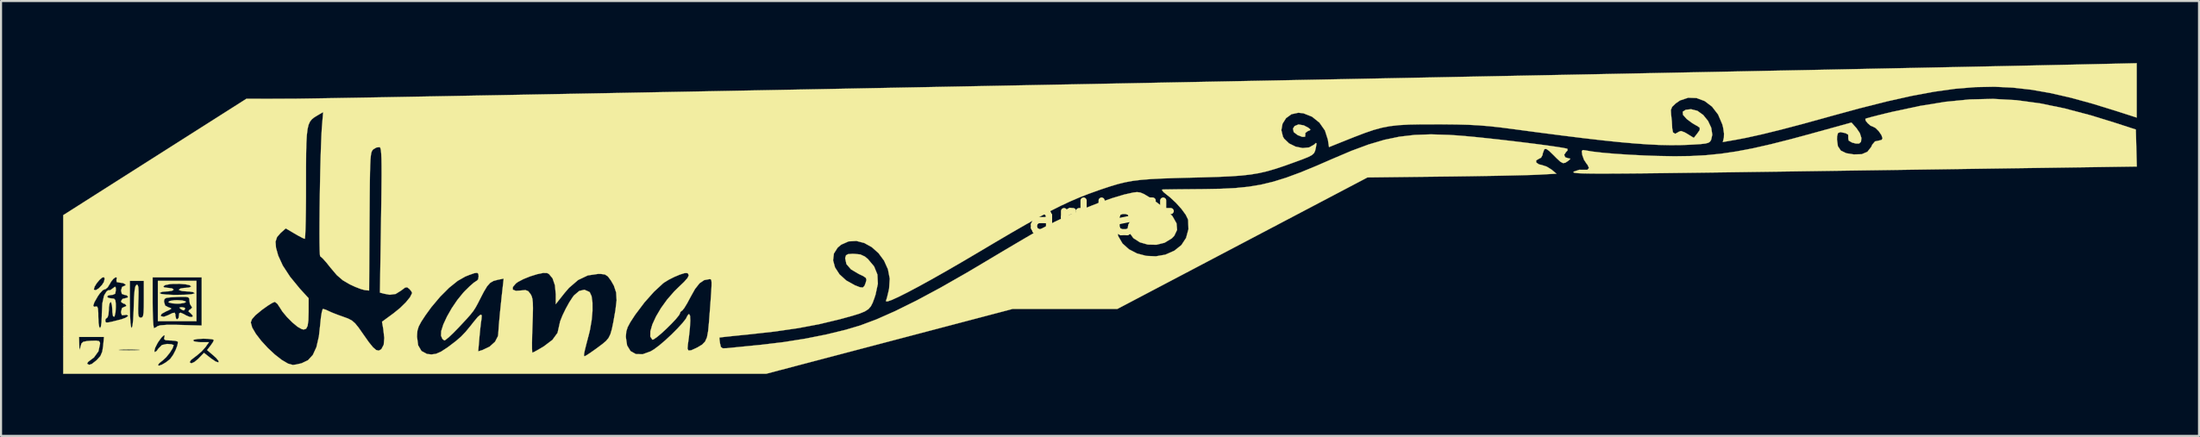
<source format=kicad_pcb>
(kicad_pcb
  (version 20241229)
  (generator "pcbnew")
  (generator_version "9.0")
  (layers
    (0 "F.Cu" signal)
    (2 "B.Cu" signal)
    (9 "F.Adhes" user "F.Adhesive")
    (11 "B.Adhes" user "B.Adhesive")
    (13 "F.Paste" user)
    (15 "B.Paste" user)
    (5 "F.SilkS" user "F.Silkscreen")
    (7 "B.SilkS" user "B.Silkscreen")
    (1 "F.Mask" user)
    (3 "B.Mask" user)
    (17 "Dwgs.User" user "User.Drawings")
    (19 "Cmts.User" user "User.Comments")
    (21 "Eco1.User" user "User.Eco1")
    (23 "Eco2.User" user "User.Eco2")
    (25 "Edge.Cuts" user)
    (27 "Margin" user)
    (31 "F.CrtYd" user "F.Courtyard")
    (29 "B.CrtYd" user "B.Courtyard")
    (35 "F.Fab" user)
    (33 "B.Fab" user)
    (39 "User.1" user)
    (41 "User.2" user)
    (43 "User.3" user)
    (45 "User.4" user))
  (footprint "artleft"
    (layer "F.Cu")
    (at 50.128 7.478)
    (property "Reference" "artleft" (at 0 0 0) (layer "F.SilkS") (effects (font (size 1.524 1.524) (thickness 0.3))))
    (attr through_hole)
    (fp_poly (pts (xy -44.251 4.348) (xy -44.238 4.403) (xy -44.292 4.475) (xy -44.362 4.458) (xy -44.45 4.403) (xy -44.515 4.341) (xy -44.431 4.32) (xy -44.382 4.319) (xy -44.251 4.348)) (stroke (width 0.01) (type solid)) (fill yes) (layer "F.SilkS"))
    (fp_poly (pts (xy -44.378 3.995) (xy -44.225 4.034) (xy -44.196 4.064) (xy -44.272 4.112) (xy -44.467 4.143) (xy -44.619 4.149) (xy -44.861 4.133) (xy -45.014 4.094) (xy -45.043 4.064) (xy -44.967 4.016) (xy -44.772 3.985) (xy -44.619 3.979) (xy -44.378 3.995)) (stroke (width 0.01) (type solid)) (fill yes) (layer "F.SilkS"))
    (fp_poly (pts (xy 9.805 -4.468) (xy 10.019 -4.355) (xy 10.125 -4.27) (xy 10.083 -4.222) (xy 10.002 -4.195) (xy 9.878 -4.102) (xy 9.877 -4.017) (xy 9.865 -3.919) (xy 9.731 -3.913) (xy 9.509 -3.996) (xy 9.317 -4.143) (xy 9.281 -4.311) (xy 9.358 -4.435) (xy 9.548 -4.513) (xy 9.805 -4.468)) (stroke (width 0.01) (type solid)) (fill yes) (layer "F.SilkS"))
    (fp_poly (pts (xy -43.688 4.995) (xy -45.551 4.995) (xy -45.551 4.732) (xy -45.417 4.732) (xy -45.402 4.754) (xy -45.262 4.784) (xy -45.057 4.706) (xy -44.844 4.603) (xy -44.74 4.587) (xy -44.707 4.661) (xy -44.704 4.741) (xy -44.669 4.879) (xy -44.619 4.911) (xy -44.551 4.84) (xy -44.535 4.741) (xy -44.52 4.613) (xy -44.452 4.585) (xy -44.295 4.655) (xy -44.191 4.716) (xy -44.005 4.793) (xy -43.885 4.79) (xy -43.866 4.723) (xy -43.969 4.615) (xy -44.074 4.522) (xy -44.04 4.458) (xy -43.979 4.422) (xy -43.892 4.335) (xy -43.931 4.282) (xy -44.005 4.16) (xy -44.027 4.013) (xy -44.034 3.905) (xy -44.081 3.844) (xy -44.202 3.819) (xy -44.436 3.82) (xy -44.641 3.827) (xy -44.957 3.844) (xy -45.141 3.869) (xy -45.227 3.918) (xy -45.253 4.004) (xy -45.254 4.06) (xy -45.199 4.241) (xy -45.043 4.324) (xy -44.92 4.363) (xy -44.916 4.405) (xy -45.046 4.474) (xy -45.16 4.524) (xy -45.37 4.64) (xy -45.417 4.732) (xy -45.551 4.732) (xy -45.551 3.641) (xy -45.466 3.641) (xy -45.386 3.68) (xy -45.16 3.708) (xy -44.815 3.724) (xy -44.619 3.725) (xy -44.226 3.717) (xy -43.942 3.695) (xy -43.791 3.66) (xy -43.773 3.641) (xy -43.848 3.59) (xy -44.04 3.56) (xy -44.154 3.556) (xy -44.381 3.539) (xy -44.517 3.497) (xy -44.535 3.471) (xy -44.46 3.415) (xy -44.277 3.387) (xy -44.238 3.387) (xy -44.042 3.368) (xy -43.945 3.321) (xy -43.942 3.311) (xy -44.019 3.254) (xy -44.221 3.212) (xy -44.502 3.19) (xy -44.818 3.193) (xy -44.958 3.203) (xy -45.187 3.246) (xy -45.288 3.307) (xy -45.249 3.361) (xy -45.061 3.387) (xy -45.043 3.387) (xy -44.864 3.411) (xy -44.789 3.47) (xy -44.789 3.471) (xy -44.864 3.524) (xy -45.051 3.554) (xy -45.127 3.556) (xy -45.339 3.575) (xy -45.457 3.622) (xy -45.466 3.641) (xy -45.551 3.641) (xy -45.551 3.048) (xy -43.688 3.048) (xy -43.688 4.995)) (stroke (width 0.01) (type solid)) (fill yes) (layer "F.SilkS"))
    (fp_poly (pts (xy 44.222 -5.687) (xy 45.365 -5.533) (xy 46.56 -5.288) (xy 47.839 -4.949) (xy 48.98 -4.597) (xy 49.996 -4.267) (xy 50.02 -3.374) (xy 50.043 -2.48) (xy 45.913 -2.421) (xy 45.03 -2.409) (xy 44.01 -2.395) (xy 42.886 -2.379) (xy 41.693 -2.362) (xy 40.462 -2.344) (xy 39.226 -2.327) (xy 38.019 -2.309) (xy 36.874 -2.293) (xy 36.364 -2.286) (xy 34.578 -2.26) (xy 32.953 -2.237) (xy 31.483 -2.217) (xy 30.159 -2.199) (xy 28.975 -2.183) (xy 27.923 -2.17) (xy 26.995 -2.159) (xy 26.184 -2.15) (xy 25.482 -2.144) (xy 24.882 -2.14) (xy 24.376 -2.138) (xy 23.958 -2.138) (xy 23.618 -2.141) (xy 23.35 -2.146) (xy 23.147 -2.152) (xy 23.001 -2.161) (xy 22.904 -2.172) (xy 22.849 -2.186) (xy 22.828 -2.201) (xy 22.834 -2.218) (xy 22.859 -2.237) (xy 22.86 -2.237) (xy 23.113 -2.323) (xy 23.296 -2.321) (xy 23.504 -2.321) (xy 23.58 -2.41) (xy 23.508 -2.565) (xy 23.469 -2.608) (xy 23.337 -2.808) (xy 23.256 -3.036) (xy 23.231 -3.217) (xy 23.276 -3.276) (xy 23.391 -3.263) (xy 23.738 -3.204) (xy 24.228 -3.147) (xy 24.832 -3.095) (xy 25.524 -3.05) (xy 26.277 -3.012) (xy 26.882 -2.991) (xy 27.72 -2.976) (xy 28.494 -2.987) (xy 29.23 -3.026) (xy 29.957 -3.099) (xy 30.704 -3.209) (xy 31.499 -3.36) (xy 32.37 -3.558) (xy 33.346 -3.805) (xy 34.364 -4.081) (xy 36.259 -4.605) (xy 36.502 -4.333) (xy 36.664 -4.094) (xy 36.739 -3.859) (xy 36.719 -3.674) (xy 36.633 -3.592) (xy 36.477 -3.589) (xy 36.289 -3.637) (xy 36.124 -3.734) (xy 36.101 -3.864) (xy 36.107 -3.884) (xy 36.1 -4.022) (xy 35.965 -4.095) (xy 35.726 -4.142) (xy 35.606 -4.098) (xy 35.564 -3.932) (xy 35.56 -3.781) (xy 35.603 -3.463) (xy 35.745 -3.25) (xy 36.008 -3.123) (xy 36.368 -3.065) (xy 36.755 -3.075) (xy 37.027 -3.19) (xy 37.212 -3.424) (xy 37.261 -3.535) (xy 37.397 -3.694) (xy 37.548 -3.725) (xy 37.713 -3.765) (xy 37.761 -3.841) (xy 37.708 -3.997) (xy 37.58 -4.184) (xy 37.427 -4.339) (xy 37.303 -4.403) (xy 37.183 -4.453) (xy 37.046 -4.57) (xy 36.944 -4.698) (xy 36.93 -4.785) (xy 36.93 -4.785) (xy 37.024 -4.819) (xy 37.253 -4.882) (xy 37.587 -4.967) (xy 37.999 -5.068) (xy 38.235 -5.124) (xy 39.571 -5.409) (xy 40.807 -5.609) (xy 41.974 -5.723) (xy 43.102 -5.749) (xy 44.222 -5.687)) (stroke (width 0.01) (type solid)) (fill yes) (layer "F.SilkS"))
    (fp_poly (pts (xy 50.038 -4.846) (xy 49.001 -5.179) (xy 47.894 -5.52) (xy 46.867 -5.802) (xy 45.899 -6.025) (xy 44.972 -6.189) (xy 44.065 -6.292) (xy 43.16 -6.335) (xy 42.237 -6.317) (xy 41.276 -6.238) (xy 40.258 -6.096) (xy 39.163 -5.893) (xy 37.972 -5.627) (xy 36.666 -5.297) (xy 35.224 -4.904) (xy 35.052 -4.855) (xy 33.892 -4.535) (xy 32.853 -4.262) (xy 31.947 -4.039) (xy 31.183 -3.87) (xy 30.694 -3.776) (xy 30.044 -3.663) (xy 30.096 -3.872) (xy 30.103 -4.072) (xy 30.062 -4.352) (xy 30.021 -4.517) (xy 29.815 -4.996) (xy 29.523 -5.375) (xy 29.168 -5.644) (xy 28.776 -5.79) (xy 28.371 -5.804) (xy 27.978 -5.674) (xy 27.766 -5.528) (xy 27.596 -5.364) (xy 27.535 -5.209) (xy 27.548 -4.978) (xy 27.551 -4.96) (xy 27.583 -4.658) (xy 27.598 -4.372) (xy 27.598 -4.339) (xy 27.638 -4.128) (xy 27.747 -4.061) (xy 27.906 -4.149) (xy 27.917 -4.159) (xy 28.025 -4.197) (xy 28.204 -4.131) (xy 28.327 -4.06) (xy 28.643 -3.865) (xy 28.799 -4.059) (xy 28.928 -4.242) (xy 28.93 -4.355) (xy 28.803 -4.445) (xy 28.763 -4.463) (xy 28.573 -4.575) (xy 28.346 -4.741) (xy 28.295 -4.783) (xy 28.121 -4.978) (xy 28.108 -5.127) (xy 28.251 -5.221) (xy 28.511 -5.249) (xy 28.816 -5.173) (xy 29.099 -4.97) (xy 29.331 -4.683) (xy 29.486 -4.352) (xy 29.536 -4.018) (xy 29.482 -3.774) (xy 29.431 -3.688) (xy 29.349 -3.629) (xy 29.203 -3.59) (xy 28.961 -3.563) (xy 28.59 -3.54) (xy 28.477 -3.534) (xy 28.003 -3.516) (xy 27.51 -3.512) (xy 26.982 -3.523) (xy 26.405 -3.551) (xy 25.763 -3.597) (xy 25.042 -3.661) (xy 24.226 -3.746) (xy 23.301 -3.853) (xy 22.251 -3.983) (xy 21.062 -4.137) (xy 19.918 -4.29) (xy 19.305 -4.369) (xy 18.77 -4.428) (xy 18.267 -4.469) (xy 17.749 -4.497) (xy 17.17 -4.512) (xy 16.485 -4.519) (xy 16.214 -4.519) (xy 15.485 -4.518) (xy 14.891 -4.507) (xy 14.398 -4.48) (xy 13.971 -4.432) (xy 13.576 -4.356) (xy 13.179 -4.248) (xy 12.746 -4.1) (xy 12.241 -3.907) (xy 11.932 -3.784) (xy 11.021 -3.419) (xy 10.967 -3.777) (xy 10.825 -4.221) (xy 10.559 -4.601) (xy 10.202 -4.888) (xy 9.787 -5.052) (xy 9.54 -5.079) (xy 9.208 -5.008) (xy 8.946 -4.818) (xy 8.776 -4.548) (xy 8.719 -4.237) (xy 8.796 -3.923) (xy 8.853 -3.828) (xy 9.095 -3.595) (xy 9.41 -3.44) (xy 9.749 -3.372) (xy 10.064 -3.404) (xy 10.296 -3.534) (xy 10.391 -3.62) (xy 10.418 -3.591) (xy 10.392 -3.425) (xy 10.385 -3.39) (xy 10.35 -3.238) (xy 10.297 -3.126) (xy 10.196 -3.034) (xy 10.02 -2.941) (xy 9.738 -2.828) (xy 9.398 -2.703) (xy 8.89 -2.52) (xy 8.447 -2.372) (xy 8.043 -2.254) (xy 7.65 -2.163) (xy 7.239 -2.094) (xy 6.784 -2.043) (xy 6.256 -2.006) (xy 5.628 -1.978) (xy 4.872 -1.955) (xy 4.445 -1.945) (xy 3.633 -1.924) (xy 2.963 -1.901) (xy 2.411 -1.873) (xy 1.948 -1.836) (xy 1.549 -1.787) (xy 1.187 -1.721) (xy 0.836 -1.636) (xy 0.47 -1.527) (xy 0.062 -1.392) (xy -0.127 -1.327) (xy -0.588 -1.161) (xy -1.029 -0.989) (xy -1.47 -0.8) (xy -1.929 -0.586) (xy -2.425 -0.336) (xy -2.976 -0.041) (xy -3.602 0.309) (xy -4.321 0.723) (xy -5.151 1.211) (xy -5.8 1.597) (xy -6.65 2.099) (xy -7.439 2.556) (xy -8.155 2.962) (xy -8.789 3.311) (xy -9.332 3.599) (xy -9.772 3.82) (xy -10.101 3.969) (xy -10.307 4.041) (xy -10.383 4.03) (xy -10.38 4.014) (xy -10.326 3.838) (xy -10.262 3.573) (xy -10.229 3.419) (xy -10.197 2.941) (xy -10.285 2.486) (xy -10.472 2.07) (xy -10.738 1.709) (xy -11.063 1.419) (xy -11.426 1.217) (xy -11.807 1.118) (xy -12.185 1.139) (xy -12.541 1.296) (xy -12.713 1.439) (xy -12.896 1.727) (xy -12.935 2.055) (xy -12.841 2.398) (xy -12.626 2.73) (xy -12.3 3.027) (xy -11.877 3.262) (xy -11.875 3.263) (xy -11.634 3.356) (xy -11.498 3.368) (xy -11.419 3.289) (xy -11.362 3.144) (xy -11.323 3) (xy -11.351 2.904) (xy -11.477 2.816) (xy -11.696 2.712) (xy -12.07 2.491) (xy -12.29 2.237) (xy -12.35 1.961) (xy -12.347 1.931) (xy -12.31 1.812) (xy -12.214 1.756) (xy -12.011 1.74) (xy -11.917 1.741) (xy -11.619 1.77) (xy -11.398 1.872) (xy -11.25 1.995) (xy -10.952 2.351) (xy -10.794 2.74) (xy -10.772 3.186) (xy -10.884 3.712) (xy -10.939 3.88) (xy -11.023 4.106) (xy -11.111 4.279) (xy -11.229 4.413) (xy -11.402 4.524) (xy -11.656 4.628) (xy -12.016 4.739) (xy -12.508 4.874) (xy -12.658 4.914) (xy -13.604 5.14) (xy -14.622 5.332) (xy -15.747 5.495) (xy -16.976 5.632) (xy -17.448 5.679) (xy -17.857 5.721) (xy -18.174 5.755) (xy -18.372 5.778) (xy -18.426 5.786) (xy -18.423 5.869) (xy -18.399 6.053) (xy -18.397 6.066) (xy -18.356 6.24) (xy -18.268 6.306) (xy -18.077 6.302) (xy -18.047 6.299) (xy -17.856 6.28) (xy -17.535 6.248) (xy -17.119 6.207) (xy -16.648 6.16) (xy -16.383 6.134) (xy -15.334 6.008) (xy -14.279 5.841) (xy -13.263 5.639) (xy -12.332 5.413) (xy -11.626 5.203) (xy -10.84 4.909) (xy -9.929 4.505) (xy -8.896 3.994) (xy -7.745 3.376) (xy -6.478 2.653) (xy -5.757 2.226) (xy -5.165 1.872) (xy -4.587 1.528) (xy -4.049 1.21) (xy -3.576 0.932) (xy -3.192 0.709) (xy -2.922 0.555) (xy -2.874 0.528) (xy -2.236 0.197) (xy -1.541 -0.131) (xy -0.822 -0.44) (xy -0.115 -0.718) (xy 0.547 -0.951) (xy 1.129 -1.125) (xy 1.573 -1.224) (xy 1.748 -1.243) (xy 1.903 -1.224) (xy 2.08 -1.151) (xy 2.32 -1.008) (xy 2.575 -0.84) (xy 3.101 -0.446) (xy 3.461 -0.077) (xy 3.655 0.266) (xy 3.683 0.582) (xy 3.546 0.87) (xy 3.428 0.992) (xy 3.082 1.203) (xy 2.683 1.302) (xy 2.271 1.293) (xy 1.887 1.184) (xy 1.57 0.98) (xy 1.359 0.688) (xy 1.355 0.678) (xy 1.298 0.486) (xy 1.33 0.32) (xy 1.422 0.156) (xy 1.594 -0.114) (xy 1.397 -0.269) (xy 1.241 -0.38) (xy 1.15 -0.423) (xy 1.05 -0.349) (xy 0.939 -0.163) (xy 0.839 0.083) (xy 0.775 0.334) (xy 0.763 0.466) (xy 0.838 0.885) (xy 1.045 1.239) (xy 1.358 1.521) (xy 1.748 1.723) (xy 2.189 1.839) (xy 2.655 1.86) (xy 3.116 1.78) (xy 3.548 1.59) (xy 3.889 1.319) (xy 4.116 0.973) (xy 4.231 0.552) (xy 4.217 0.12) (xy 4.205 0.066) (xy 4.1 -0.149) (xy 3.898 -0.425) (xy 3.634 -0.719) (xy 3.344 -0.99) (xy 3.188 -1.112) (xy 3.02 -1.251) (xy 2.952 -1.344) (xy 2.972 -1.366) (xy 3.088 -1.37) (xy 3.347 -1.374) (xy 3.724 -1.379) (xy 4.193 -1.383) (xy 4.727 -1.388) (xy 4.995 -1.39) (xy 5.796 -1.404) (xy 6.498 -1.439) (xy 7.134 -1.503) (xy 7.735 -1.603) (xy 8.332 -1.747) (xy 8.956 -1.941) (xy 9.641 -2.194) (xy 10.416 -2.513) (xy 11.176 -2.844) (xy 12.105 -3.238) (xy 12.931 -3.544) (xy 13.691 -3.769) (xy 14.421 -3.921) (xy 15.161 -4.007) (xy 15.945 -4.034) (xy 16.812 -4.008) (xy 17.188 -3.984) (xy 17.592 -3.952) (xy 18.086 -3.906) (xy 18.644 -3.848) (xy 19.243 -3.783) (xy 19.858 -3.712) (xy 20.463 -3.639) (xy 21.036 -3.567) (xy 21.55 -3.499) (xy 21.982 -3.437) (xy 22.307 -3.386) (xy 22.5 -3.347) (xy 22.54 -3.333) (xy 22.544 -3.255) (xy 22.471 -3.18) (xy 22.381 -3.045) (xy 22.433 -2.925) (xy 22.59 -2.876) (xy 22.678 -2.861) (xy 22.633 -2.8) (xy 22.569 -2.749) (xy 22.436 -2.661) (xy 22.325 -2.644) (xy 22.196 -2.713) (xy 22.012 -2.883) (xy 21.876 -3.021) (xy 21.658 -3.232) (xy 21.521 -3.328) (xy 21.439 -3.324) (xy 21.415 -3.296) (xy 21.345 -3.106) (xy 21.337 -3.037) (xy 21.265 -2.907) (xy 21.158 -2.852) (xy 21.027 -2.773) (xy 21.036 -2.671) (xy 21.166 -2.583) (xy 21.297 -2.554) (xy 21.532 -2.478) (xy 21.766 -2.335) (xy 21.774 -2.329) (xy 22.007 -2.133) (xy 21.143 -2.085) (xy 20.871 -2.074) (xy 20.453 -2.062) (xy 19.911 -2.049) (xy 19.269 -2.035) (xy 18.549 -2.023) (xy 17.775 -2.01) (xy 16.968 -1.999) (xy 16.578 -1.995) (xy 12.879 -1.952) (xy 6.838 1.225) (xy 0.798 4.403) (xy -4.261 4.403) (xy -10.21 5.969) (xy -16.16 7.535) (xy -50.123 7.535) (xy -50.123 5.757) (xy -49.361 5.757) (xy -49.351 6.117) (xy -49.342 6.326) (xy -49.327 6.377) (xy -49.3 6.283) (xy -49.287 6.223) (xy -49.242 6.074) (xy -49.158 5.994) (xy -48.987 5.958) (xy -48.789 5.943) (xy -48.529 5.936) (xy -48.396 5.96) (xy -48.349 6.029) (xy -48.345 6.086) (xy -48.423 6.451) (xy -48.639 6.75) (xy -48.766 6.844) (xy -48.919 6.96) (xy -48.971 7.046) (xy -48.965 7.056) (xy -48.868 7.106) (xy -48.739 7.061) (xy -48.54 6.905) (xy -48.504 6.874) (xy -48.33 6.683) (xy -48.237 6.466) (xy -48.232 6.432) (xy -45.723 6.432) (xy -45.699 6.493) (xy -45.613 6.437) (xy -45.516 6.307) (xy -45.352 6.147) (xy -45.111 6.096) (xy -45.083 6.096) (xy -44.888 6.112) (xy -44.791 6.152) (xy -44.789 6.16) (xy -44.844 6.313) (xy -44.979 6.526) (xy -45.152 6.739) (xy -45.32 6.895) (xy -45.335 6.905) (xy -45.488 7.028) (xy -45.551 7.124) (xy -45.492 7.147) (xy -45.347 7.093) (xy -45.165 6.987) (xy -45.156 6.98) (xy -44.021 6.98) (xy -43.944 7.026) (xy -43.916 7.027) (xy -43.791 6.97) (xy -43.616 6.828) (xy -43.564 6.776) (xy -43.324 6.526) (xy -42.994 6.787) (xy -42.759 6.946) (xy -42.628 6.989) (xy -42.614 6.927) (xy -42.733 6.776) (xy -42.86 6.66) (xy -43.174 6.392) (xy -43.01 6.181) (xy -42.894 6.014) (xy -42.843 5.907) (xy -42.843 5.905) (xy -42.919 5.872) (xy -43.118 5.849) (xy -43.349 5.842) (xy -43.62 5.855) (xy -43.803 5.888) (xy -43.857 5.927) (xy -43.782 5.977) (xy -43.59 6.007) (xy -43.471 6.011) (xy -43.084 6.011) (xy -43.255 6.252) (xy -43.441 6.46) (xy -43.681 6.664) (xy -43.726 6.696) (xy -43.948 6.868) (xy -44.021 6.98) (xy -45.156 6.98) (xy -44.993 6.853) (xy -44.94 6.8) (xy -44.813 6.621) (xy -44.695 6.394) (xy -44.611 6.174) (xy -44.582 6.016) (xy -44.594 5.98) (xy -44.707 5.945) (xy -44.916 5.927) (xy -44.969 5.927) (xy -45.179 5.912) (xy -45.252 5.859) (xy -45.243 5.8) (xy -45.217 5.68) (xy -45.269 5.68) (xy -45.376 5.783) (xy -45.514 5.971) (xy -45.567 6.054) (xy -45.681 6.277) (xy -45.723 6.432) (xy -48.232 6.432) (xy -48.225 6.385) (xy -47.455 6.385) (xy -47.407 6.395) (xy -47.22 6.402) (xy -46.948 6.404) (xy -46.642 6.401) (xy -46.459 6.394) (xy -46.414 6.384) (xy -46.5 6.373) (xy -46.838 6.36) (xy -47.215 6.365) (xy -47.347 6.372) (xy -47.455 6.385) (xy -48.225 6.385) (xy -48.196 6.197) (xy -48.154 5.757) (xy -49.361 5.757) (xy -50.123 5.757) (xy -50.123 4.253) (xy -48.676 4.253) (xy -48.62 4.304) (xy -48.556 4.287) (xy -48.487 4.288) (xy -48.448 4.379) (xy -48.431 4.59) (xy -48.429 4.786) (xy -48.417 5.073) (xy -48.386 5.269) (xy -48.345 5.334) (xy -48.303 5.255) (xy -48.273 5.038) (xy -48.26 4.716) (xy -48.26 4.652) (xy -48.235 4.138) (xy -48.159 3.786) (xy -48.127 3.713) (xy -48.026 3.555) (xy -47.951 3.502) (xy -47.943 3.506) (xy -47.851 3.495) (xy -47.738 3.416) (xy -47.625 3.329) (xy -47.587 3.375) (xy -47.583 3.501) (xy -47.613 3.668) (xy -47.736 3.723) (xy -47.794 3.725) (xy -47.953 3.754) (xy -48.006 3.81) (xy -47.934 3.874) (xy -47.794 3.895) (xy -47.668 3.909) (xy -47.606 3.979) (xy -47.585 4.151) (xy -47.583 4.313) (xy -47.598 4.566) (xy -47.639 4.741) (xy -47.667 4.784) (xy -47.721 4.744) (xy -47.749 4.559) (xy -47.752 4.45) (xy -47.769 4.221) (xy -47.811 4.083) (xy -47.837 4.064) (xy -47.887 4.14) (xy -47.917 4.331) (xy -47.921 4.445) (xy -47.938 4.672) (xy -47.981 4.809) (xy -48.006 4.826) (xy -48.08 4.895) (xy -48.091 4.962) (xy -48.084 5.028) (xy -48.042 5.059) (xy -47.935 5.055) (xy -47.733 5.012) (xy -47.404 4.928) (xy -47.307 4.903) (xy -47.105 4.829) (xy -46.996 4.751) (xy -46.99 4.732) (xy -47.056 4.684) (xy -47.159 4.699) (xy -47.285 4.709) (xy -47.327 4.602) (xy -47.329 4.535) (xy -47.285 4.361) (xy -47.202 4.318) (xy -47.089 4.272) (xy -47.075 4.233) (xy -47.143 4.158) (xy -47.202 4.149) (xy -47.314 4.081) (xy -47.329 4.022) (xy -47.258 3.918) (xy -47.159 3.895) (xy -47.022 3.859) (xy -46.99 3.81) (xy -47.061 3.741) (xy -47.159 3.725) (xy -47.292 3.676) (xy -47.329 3.514) (xy -47.283 3.342) (xy -47.197 3.302) (xy -47.109 3.261) (xy -47.117 3.217) (xy -47.233 3.153) (xy -47.385 3.133) (xy -47.539 3.105) (xy -47.548 3.048) (xy -46.905 3.048) (xy -46.905 4.191) (xy -46.897 4.707) (xy -46.877 5.069) (xy -46.847 5.276) (xy -46.812 5.326) (xy -46.778 5.215) (xy -46.746 4.941) (xy -46.723 4.502) (xy -46.717 4.304) (xy -46.702 3.838) (xy -46.677 3.52) (xy -46.642 3.328) (xy -46.593 3.243) (xy -46.579 3.236) (xy -46.526 3.249) (xy -46.496 3.348) (xy -46.485 3.559) (xy -46.491 3.908) (xy -46.495 4.012) (xy -46.506 4.39) (xy -46.502 4.63) (xy -46.479 4.762) (xy -46.432 4.817) (xy -46.376 4.826) (xy -46.31 4.809) (xy -46.266 4.739) (xy -46.242 4.585) (xy -46.231 4.32) (xy -46.228 3.937) (xy -46.228 3.048) (xy -46.905 3.048) (xy -47.548 3.048) (xy -47.554 3.01) (xy -47.552 3.006) (xy -47.534 2.886) (xy -47.57 2.879) (xy -45.805 2.879) (xy -45.805 4.106) (xy -45.8 4.54) (xy -45.788 4.907) (xy -45.77 5.177) (xy -45.747 5.319) (xy -45.737 5.334) (xy -45.623 5.281) (xy -45.575 5.24) (xy -45.437 5.196) (xy -45.135 5.173) (xy -44.672 5.172) (xy -44.458 5.177) (xy -43.434 5.207) (xy -43.434 5.06) (xy -41.063 5.06) (xy -40.997 5.302) (xy -40.819 5.607) (xy -40.558 5.946) (xy -40.243 6.289) (xy -39.903 6.606) (xy -39.567 6.868) (xy -39.265 7.046) (xy -39.031 7.111) (xy -38.868 7.089) (xy -38.635 7.036) (xy -38.603 7.027) (xy -38.301 6.883) (xy -38.066 6.627) (xy -37.892 6.247) (xy -37.773 5.729) (xy -37.71 5.16) (xy -37.676 4.825) (xy -37.635 4.567) (xy -37.593 4.421) (xy -37.574 4.403) (xy -37.445 4.44) (xy -37.311 4.502) (xy -37.134 4.582) (xy -36.86 4.689) (xy -36.609 4.778) (xy -36.361 4.869) (xy -36.178 4.965) (xy -36.023 5.1) (xy -35.854 5.309) (xy -35.635 5.622) (xy -35.365 6.005) (xy -35.162 6.255) (xy -35.008 6.388) (xy -34.884 6.419) (xy -34.774 6.361) (xy -34.752 6.34) (xy -34.642 6.133) (xy -34.615 5.805) (xy -34.62 5.758) (xy -33.033 5.758) (xy -32.978 6.164) (xy -32.818 6.437) (xy -32.553 6.58) (xy -32.337 6.604) (xy -32.118 6.574) (xy -31.878 6.471) (xy -31.574 6.273) (xy -31.493 6.214) (xy -31.162 5.962) (xy -30.908 5.743) (xy -30.681 5.505) (xy -30.429 5.199) (xy -30.311 5.047) (xy -30.097 4.79) (xy -29.964 4.679) (xy -29.906 4.711) (xy -29.918 4.885) (xy -29.919 4.889) (xy -29.948 5.086) (xy -29.983 5.391) (xy -30.017 5.741) (xy -30.021 5.788) (xy -30.078 6.453) (xy -29.877 6.392) (xy -29.529 6.228) (xy -29.266 5.992) (xy -29.125 5.72) (xy -29.111 5.626) (xy -29.079 5.171) (xy -29.023 4.561) (xy -28.945 3.81) (xy -28.908 3.479) (xy -28.893 3.348) (xy -28.408 3.348) (xy -28.405 3.472) (xy -28.256 3.529) (xy -28.022 3.513) (xy -27.798 3.492) (xy -27.662 3.544) (xy -27.552 3.681) (xy -27.496 3.786) (xy -27.459 3.917) (xy -27.439 4.105) (xy -27.433 4.378) (xy -27.441 4.765) (xy -27.457 5.212) (xy -27.472 5.661) (xy -27.479 6.043) (xy -27.478 6.33) (xy -27.469 6.493) (xy -27.46 6.519) (xy -27.369 6.478) (xy -27.175 6.371) (xy -26.919 6.22) (xy -26.905 6.211) (xy -26.492 5.898) (xy -26.245 5.559) (xy -26.162 5.191) (xy -26.162 5.189) (xy -26.119 5.001) (xy -26.008 4.722) (xy -25.852 4.399) (xy -25.677 4.082) (xy -25.505 3.819) (xy -25.448 3.747) (xy -25.197 3.534) (xy -24.947 3.476) (xy -24.717 3.576) (xy -24.686 3.604) (xy -24.601 3.787) (xy -24.558 4.097) (xy -24.557 4.497) (xy -24.598 4.949) (xy -24.679 5.418) (xy -24.732 5.638) (xy -24.846 6.071) (xy -24.92 6.366) (xy -24.959 6.549) (xy -24.969 6.647) (xy -24.953 6.684) (xy -24.933 6.689) (xy -24.841 6.641) (xy -24.649 6.515) (xy -24.394 6.335) (xy -24.295 6.262) (xy -24.068 6.092) (xy -23.901 5.95) (xy -23.781 5.806) (xy -23.766 5.774) (xy -22.945 5.774) (xy -22.885 6.169) (xy -22.718 6.442) (xy -22.461 6.586) (xy -22.134 6.593) (xy -21.753 6.456) (xy -21.583 6.355) (xy -21.329 6.165) (xy -21.037 5.916) (xy -20.735 5.635) (xy -20.451 5.35) (xy -20.212 5.089) (xy -20.046 4.879) (xy -19.981 4.75) (xy -19.981 4.747) (xy -19.916 4.661) (xy -19.887 4.657) (xy -19.844 4.736) (xy -19.833 4.962) (xy -19.852 5.314) (xy -19.901 5.772) (xy -19.949 6.117) (xy -19.966 6.322) (xy -19.921 6.415) (xy -19.788 6.402) (xy -19.543 6.291) (xy -19.469 6.253) (xy -19.26 6.127) (xy -19.119 5.982) (xy -19.028 5.78) (xy -18.972 5.483) (xy -18.932 5.073) (xy -18.882 4.423) (xy -18.845 3.922) (xy -18.82 3.551) (xy -18.806 3.291) (xy -18.805 3.121) (xy -18.815 3.023) (xy -18.836 2.977) (xy -18.868 2.964) (xy -18.908 2.963) (xy -19.16 3.01) (xy -19.386 3.163) (xy -19.606 3.443) (xy -19.821 3.827) (xy -19.979 4.123) (xy -20.117 4.351) (xy -20.214 4.475) (xy -20.236 4.487) (xy -20.314 4.554) (xy -20.32 4.595) (xy -20.377 4.706) (xy -20.527 4.891) (xy -20.74 5.118) (xy -20.985 5.36) (xy -21.231 5.587) (xy -21.449 5.768) (xy -21.606 5.876) (xy -21.666 5.89) (xy -21.765 5.736) (xy -21.76 5.483) (xy -21.665 5.153) (xy -21.49 4.772) (xy -21.249 4.364) (xy -20.952 3.952) (xy -20.612 3.561) (xy -20.416 3.368) (xy -20.133 3.097) (xy -19.968 2.91) (xy -19.907 2.785) (xy -19.938 2.7) (xy -19.979 2.669) (xy -20.103 2.671) (xy -20.326 2.74) (xy -20.598 2.853) (xy -20.873 2.991) (xy -21.102 3.133) (xy -21.149 3.168) (xy -21.589 3.575) (xy -22.048 4.091) (xy -22.482 4.667) (xy -22.524 4.728) (xy -22.734 5.051) (xy -22.86 5.289) (xy -22.924 5.492) (xy -22.944 5.711) (xy -22.945 5.774) (xy -23.766 5.774) (xy -23.693 5.627) (xy -23.621 5.381) (xy -23.55 5.038) (xy -23.467 4.566) (xy -23.449 4.461) (xy -23.392 3.985) (xy -23.414 3.608) (xy -23.524 3.277) (xy -23.667 3.028) (xy -23.813 2.832) (xy -23.954 2.739) (xy -24.163 2.711) (xy -24.279 2.71) (xy -24.785 2.784) (xy -25.251 3.005) (xy -25.692 3.385) (xy -25.903 3.63) (xy -26.331 4.17) (xy -26.331 3.69) (xy -26.372 3.258) (xy -26.486 2.923) (xy -26.662 2.713) (xy -26.756 2.667) (xy -26.944 2.665) (xy -27.23 2.724) (xy -27.562 2.827) (xy -27.887 2.957) (xy -28.153 3.096) (xy -28.255 3.17) (xy -28.408 3.348) (xy -28.893 3.348) (xy -28.847 2.937) (xy -29.126 2.993) (xy -29.338 3.05) (xy -29.501 3.144) (xy -29.646 3.307) (xy -29.805 3.571) (xy -29.943 3.837) (xy -30.085 4.116) (xy -30.199 4.326) (xy -30.312 4.501) (xy -30.451 4.678) (xy -30.642 4.894) (xy -30.914 5.186) (xy -31.023 5.302) (xy -31.28 5.565) (xy -31.501 5.774) (xy -31.659 5.9) (xy -31.713 5.927) (xy -31.806 5.854) (xy -31.874 5.697) (xy -31.864 5.472) (xy -31.762 5.152) (xy -31.586 4.773) (xy -31.356 4.369) (xy -31.088 3.974) (xy -30.802 3.622) (xy -30.726 3.541) (xy -30.492 3.311) (xy -30.295 3.139) (xy -30.169 3.053) (xy -30.152 3.048) (xy -30.081 2.975) (xy -30.057 2.831) (xy -30.069 2.71) (xy -30.128 2.658) (xy -30.263 2.674) (xy -30.505 2.759) (xy -30.701 2.837) (xy -31.07 3.047) (xy -31.485 3.381) (xy -31.919 3.815) (xy -32.345 4.322) (xy -32.626 4.71) (xy -32.832 5.024) (xy -32.954 5.255) (xy -33.015 5.456) (xy -33.033 5.677) (xy -33.033 5.758) (xy -34.62 5.758) (xy -34.664 5.369) (xy -34.724 5.023) (xy -34.166 4.613) (xy -33.847 4.354) (xy -33.574 4.086) (xy -33.374 3.841) (xy -33.278 3.651) (xy -33.274 3.616) (xy -33.327 3.525) (xy -33.408 3.434) (xy -33.509 3.357) (xy -33.611 3.373) (xy -33.773 3.493) (xy -33.796 3.512) (xy -34.064 3.679) (xy -34.351 3.718) (xy -34.621 3.668) (xy -34.825 3.614) (xy -34.771 0.122) (xy -34.758 -0.753) (xy -34.75 -1.473) (xy -34.745 -2.053) (xy -34.746 -2.508) (xy -34.751 -2.852) (xy -34.762 -3.099) (xy -34.778 -3.265) (xy -34.799 -3.364) (xy -34.827 -3.41) (xy -34.838 -3.416) (xy -34.988 -3.402) (xy -35.133 -3.319) (xy -35.177 -3.278) (xy -35.213 -3.223) (xy -35.242 -3.139) (xy -35.264 -3.008) (xy -35.282 -2.816) (xy -35.295 -2.545) (xy -35.305 -2.179) (xy -35.313 -1.702) (xy -35.319 -1.098) (xy -35.324 -0.35) (xy -35.328 0.169) (xy -35.348 3.514) (xy -35.56 3.492) (xy -35.745 3.443) (xy -36.016 3.338) (xy -36.28 3.216) (xy -36.62 3.017) (xy -36.908 2.769) (xy -37.204 2.42) (xy -37.21 2.413) (xy -37.414 2.158) (xy -37.585 1.966) (xy -37.694 1.869) (xy -37.71 1.863) (xy -37.725 1.782) (xy -37.736 1.554) (xy -37.743 1.201) (xy -37.745 0.745) (xy -37.743 0.209) (xy -37.738 -0.385) (xy -37.73 -1.016) (xy -37.719 -1.66) (xy -37.706 -2.297) (xy -37.69 -2.902) (xy -37.672 -3.456) (xy -37.653 -3.934) (xy -37.633 -4.316) (xy -37.62 -4.481) (xy -37.567 -5.11) (xy -37.855 -4.943) (xy -37.998 -4.855) (xy -38.113 -4.763) (xy -38.204 -4.649) (xy -38.273 -4.494) (xy -38.323 -4.281) (xy -38.357 -3.991) (xy -38.379 -3.605) (xy -38.39 -3.107) (xy -38.395 -2.477) (xy -38.396 -1.697) (xy -38.396 -1.63) (xy -38.397 -0.98) (xy -38.402 -0.388) (xy -38.41 0.126) (xy -38.421 0.541) (xy -38.434 0.838) (xy -38.448 0.996) (xy -38.455 1.016) (xy -38.556 0.976) (xy -38.753 0.873) (xy -38.945 0.763) (xy -39.374 0.51) (xy -39.626 0.735) (xy -39.796 0.931) (xy -39.868 1.154) (xy -39.846 1.444) (xy -39.739 1.826) (xy -39.519 2.307) (xy -39.166 2.847) (xy -38.696 3.421) (xy -38.634 3.489) (xy -38.269 3.887) (xy -38.271 4.547) (xy -38.282 4.958) (xy -38.319 5.223) (xy -38.391 5.362) (xy -38.506 5.398) (xy -38.604 5.378) (xy -38.802 5.266) (xy -39.053 5.058) (xy -39.311 4.8) (xy -39.533 4.534) (xy -39.658 4.339) (xy -39.778 4.158) (xy -39.894 4.066) (xy -39.91 4.064) (xy -40.027 4.113) (xy -40.235 4.242) (xy -40.493 4.425) (xy -40.543 4.463) (xy -40.841 4.71) (xy -41.008 4.9) (xy -41.063 5.053) (xy -41.063 5.06) (xy -43.434 5.06) (xy -43.434 4.043) (xy -43.434 2.879) (xy -45.805 2.879) (xy -47.57 2.879) (xy -47.595 2.873) (xy -47.7 2.948) (xy -47.815 3.09) (xy -47.865 3.181) (xy -47.979 3.365) (xy -48.087 3.45) (xy -48.112 3.45) (xy -48.212 3.496) (xy -48.355 3.651) (xy -48.449 3.785) (xy -48.619 4.08) (xy -48.676 4.253) (xy -50.123 4.253) (xy -50.123 3.46) (xy -48.644 3.46) (xy -48.637 3.478) (xy -48.546 3.495) (xy -48.403 3.405) (xy -48.249 3.242) (xy -48.16 3.103) (xy -48.121 2.943) (xy -48.148 2.872) (xy -48.237 2.884) (xy -48.369 2.997) (xy -48.507 3.162) (xy -48.611 3.332) (xy -48.644 3.46) (xy -50.123 3.46) (xy -50.123 -0.129) (xy -45.699 -2.942) (xy -41.275 -5.754) (xy -39.074 -5.756) (xy -38.868 -5.758) (xy -38.499 -5.763) (xy -37.974 -5.771) (xy -37.298 -5.782) (xy -36.478 -5.796) (xy -35.52 -5.812) (xy -34.43 -5.831) (xy -33.215 -5.853) (xy -31.881 -5.877) (xy -30.435 -5.904) (xy -28.882 -5.932) (xy -27.228 -5.963) (xy -25.481 -5.995) (xy -23.646 -6.029) (xy -21.73 -6.065) (xy -19.739 -6.102) (xy -17.679 -6.141) (xy -15.557 -6.181) (xy -13.378 -6.222) (xy -11.15 -6.265) (xy -8.878 -6.308) (xy -6.568 -6.352) (xy -4.228 -6.397) (xy -1.863 -6.442) (xy 0.521 -6.488) (xy 2.917 -6.534) (xy 5.319 -6.58) (xy 7.72 -6.626) (xy 10.115 -6.672) (xy 12.497 -6.718) (xy 14.859 -6.764) (xy 17.197 -6.81) (xy 19.502 -6.855) (xy 21.769 -6.899) (xy 23.992 -6.942) (xy 26.164 -6.985) (xy 28.279 -7.027) (xy 30.331 -7.067) (xy 32.314 -7.107) (xy 34.221 -7.144) (xy 36.046 -7.181) (xy 37.782 -7.216) (xy 39.424 -7.249) (xy 40.965 -7.28) (xy 42.398 -7.309) (xy 43.718 -7.336) (xy 44.919 -7.361) (xy 45.993 -7.384) (xy 46.935 -7.404) (xy 47.562 -7.418) (xy 50.038 -7.473) (xy 50.038 -4.846)) (stroke (width 0.01) (type solid)) (fill yes) (layer "F.SilkS")))
  (gr_rect
    (start -3 -3)
    (end 103.176 18.018)
    (stroke (width 0.1) (type default))
    (fill no)
    (layer "Edge.Cuts")))
</source>
